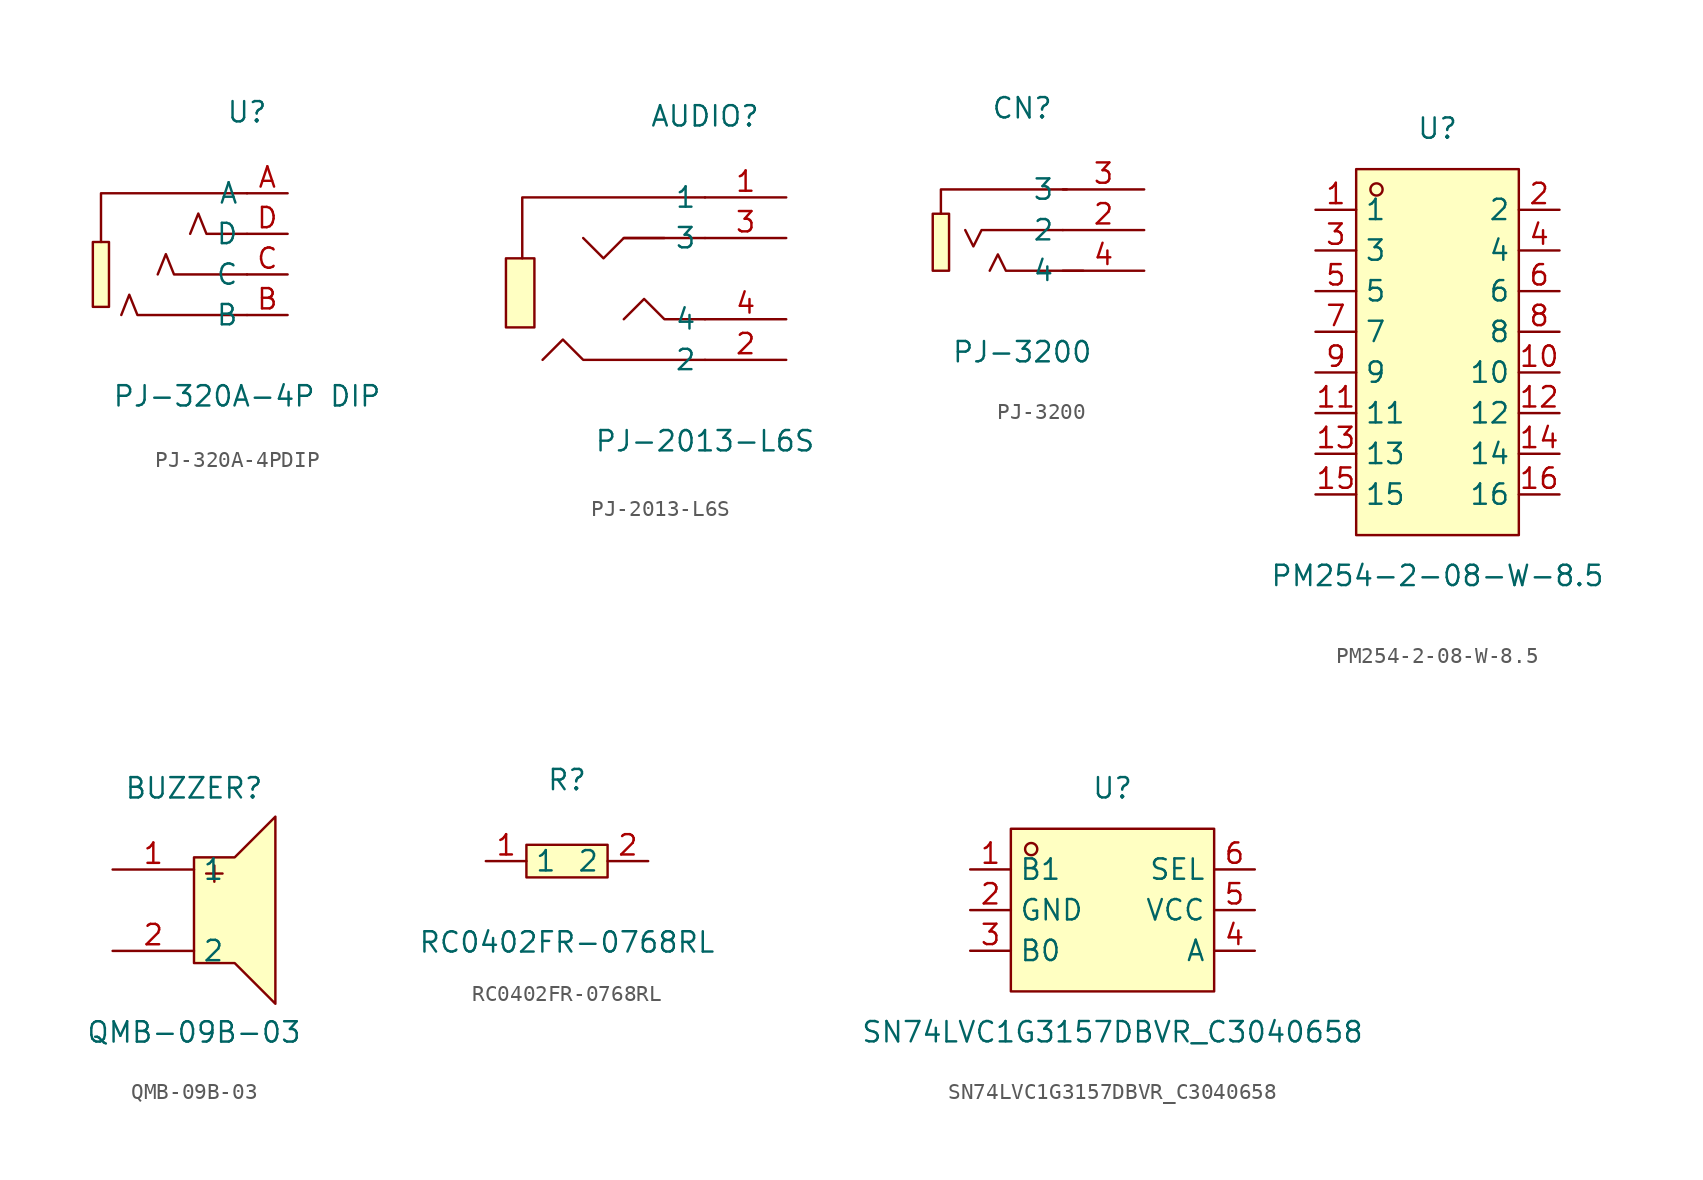
<source format=kicad_sym>
(kicad_symbol_lib
  (version 20211014)
  (generator https://github.com/uPesy/easyeda2kicad.py)
  (symbol "PJ-320A-4PDIP"
    (property "Reference" "U"
      (at 0 7.62 0)
      (effects (font (size 1.27 1.27))))
    (property "Value" "PJ-320A-4P DIP"
      (at 0 -10.16 0)
      (effects (font (size 1.27 1.27))))
    (symbol "PJ-320A-4PDIP_0_1"
      (rectangle (start -9.65 -0.51) (end -8.64 -4.57) (stroke (width 0) (type default) (color 0 0 0 0)) (fill (type background)))
      (polyline (pts (xy 0.00 -5.08) (xy -6.86 -5.08) (xy -7.37 -3.81) (xy -7.87 -5.08)) (stroke (width 0) (type default) (color 0 0 0 0)) (fill (type none)))
      (polyline (pts (xy 0.00 -0.00) (xy -2.54 -0.00) (xy -3.05 1.27) (xy -3.56 -0.00)) (stroke (width 0) (type default) (color 0 0 0 0)) (fill (type none)))
      (polyline (pts (xy 0.00 2.54) (xy -9.14 2.54) (xy -9.14 -0.51)) (stroke (width 0) (type default) (color 0 0 0 0)) (fill (type none)))
      (polyline (pts (xy 0.00 -2.54) (xy -4.57 -2.54) (xy -5.08 -1.27) (xy -5.59 -2.54)) (stroke (width 0) (type default) (color 0 0 0 0)) (fill (type none)))
      (pin unspecified line (at 2.54 -0.00 180) (length 2.54) (name "D" (effects (font (size 1.27 1.27)))) (number "D" (effects (font (size 1.27 1.27)))))
      (pin unspecified line (at 2.54 -5.08 180) (length 2.54) (name "B" (effects (font (size 1.27 1.27)))) (number "B" (effects (font (size 1.27 1.27)))))
      (pin unspecified line (at 2.54 -2.54 180) (length 2.54) (name "C" (effects (font (size 1.27 1.27)))) (number "C" (effects (font (size 1.27 1.27)))))
      (pin unspecified line (at 2.54 2.54 180) (length 2.54) (name "A" (effects (font (size 1.27 1.27)))) (number "A" (effects (font (size 1.27 1.27)))))))
  (symbol "PJ-2013-L6S"
    (property "Reference" "AUDIO"
      (at 0 7.62 0)
      (effects (font (size 1.27 1.27))))
    (property "Value" "PJ-2013-L6S"
      (at 0 -12.70 0)
      (effects (font (size 1.27 1.27))))
    (symbol "PJ-2013-L6S_0_1"
      (rectangle (start -12.45 -1.27) (end -10.67 -5.59) (stroke (width 0) (type default) (color 0 0 0 0)) (fill (type background)))
      (polyline (pts (xy -2.54 -0.00) (xy -5.08 -0.00) (xy -6.35 -1.27) (xy -7.62 -0.00)) (stroke (width 0) (type default) (color 0 0 0 0)) (fill (type none)))
      (polyline (pts (xy 0.00 -7.62) (xy -7.62 -7.62) (xy -8.89 -6.35) (xy -10.16 -7.62) (xy -10.16 -7.62)) (stroke (width 0) (type default) (color 0 0 0 0)) (fill (type none)))
      (polyline (pts (xy 0.00 -0.00) (xy -3.81 -0.00) (xy -5.08 -0.00) (xy -5.08 -0.00)) (stroke (width 0) (type default) (color 0 0 0 0)) (fill (type none)))
      (polyline (pts (xy 0.00 -5.08) (xy -2.54 -5.08) (xy -3.81 -3.81) (xy -5.08 -5.08)) (stroke (width 0) (type default) (color 0 0 0 0)) (fill (type none)))
      (polyline (pts (xy -11.43 -1.27) (xy -11.43 2.54) (xy 0.00 2.54)) (stroke (width 0) (type default) (color 0 0 0 0)) (fill (type none)))
      (pin unspecified line (at 5.08 -7.62 180) (length 5.08) (name "2" (effects (font (size 1.27 1.27)))) (number "2" (effects (font (size 1.27 1.27)))))
      (pin unspecified line (at 5.08 -5.08 180) (length 5.08) (name "4" (effects (font (size 1.27 1.27)))) (number "4" (effects (font (size 1.27 1.27)))))
      (pin unspecified line (at 5.08 -0.00 180) (length 5.08) (name "3" (effects (font (size 1.27 1.27)))) (number "3" (effects (font (size 1.27 1.27)))))
      (pin unspecified line (at 5.08 2.54 180) (length 5.08) (name "1" (effects (font (size 1.27 1.27)))) (number "1" (effects (font (size 1.27 1.27)))))))
  (symbol "PJ-3200"
    (property "Reference" "CN"
      (at 0 7.62 0)
      (effects (font (size 1.27 1.27))))
    (property "Value" "PJ-3200"
      (at 0 -7.62 0)
      (effects (font (size 1.27 1.27))))
    (symbol "PJ-3200_0_1"
      (rectangle (start -5.59 1.02) (end -4.57 -2.54) (stroke (width 0) (type default) (color 0 0 0 0)) (fill (type background)))
      (polyline (pts (xy 3.81 -2.54) (xy -1.02 -2.54) (xy -1.52 -1.52) (xy -2.03 -2.54)) (stroke (width 0) (type default) (color 0 0 0 0)) (fill (type none)))
      (polyline (pts (xy 2.54 -0.00) (xy -2.54 -0.00) (xy -3.05 -1.02) (xy -3.56 -0.00)) (stroke (width 0) (type default) (color 0 0 0 0)) (fill (type none)))
      (polyline (pts (xy 2.79 2.54) (xy -5.08 2.54) (xy -5.08 1.02)) (stroke (width 0) (type default) (color 0 0 0 0)) (fill (type none)))
      (pin unspecified line (at 7.62 -2.54 180) (length 5.08) (name "4" (effects (font (size 1.27 1.27)))) (number "4" (effects (font (size 1.27 1.27)))))
      (pin unspecified line (at 7.62 -0.00 180) (length 5.08) (name "2" (effects (font (size 1.27 1.27)))) (number "2" (effects (font (size 1.27 1.27)))))
      (pin unspecified line (at 7.62 2.54 180) (length 5.08) (name "3" (effects (font (size 1.27 1.27)))) (number "3" (effects (font (size 1.27 1.27)))))))
  (symbol "PM254-2-08-W-8.5"
    (property "Reference" "U"
      (at 0 13.97 0)
      (effects (font (size 1.27 1.27))))
    (property "Value" "PM254-2-08-W-8.5"
      (at 0 -13.97 0)
      (effects (font (size 1.27 1.27))))
    (symbol "PM254-2-08-W-8.5_0_1"
      (rectangle (start -5.08 11.43) (end 5.08 -11.43) (stroke (width 0) (type default) (color 0 0 0 0)) (fill (type background)))
      (circle (center -3.81 10.16) (radius 0.38) (stroke (width 0) (type default) (color 0 0 0 0)) (fill (type none)))
      (pin unspecified line (at -7.62 8.89 0) (length 2.54) (name "1" (effects (font (size 1.27 1.27)))) (number "1" (effects (font (size 1.27 1.27)))))
      (pin unspecified line (at 7.62 -8.89 180) (length 2.54) (name "16" (effects (font (size 1.27 1.27)))) (number "16" (effects (font (size 1.27 1.27)))))
      (pin unspecified line (at -7.62 6.35 0) (length 2.54) (name "3" (effects (font (size 1.27 1.27)))) (number "3" (effects (font (size 1.27 1.27)))))
      (pin unspecified line (at 7.62 -6.35 180) (length 2.54) (name "14" (effects (font (size 1.27 1.27)))) (number "14" (effects (font (size 1.27 1.27)))))
      (pin unspecified line (at -7.62 3.81 0) (length 2.54) (name "5" (effects (font (size 1.27 1.27)))) (number "5" (effects (font (size 1.27 1.27)))))
      (pin unspecified line (at 7.62 -3.81 180) (length 2.54) (name "12" (effects (font (size 1.27 1.27)))) (number "12" (effects (font (size 1.27 1.27)))))
      (pin unspecified line (at -7.62 1.27 0) (length 2.54) (name "7" (effects (font (size 1.27 1.27)))) (number "7" (effects (font (size 1.27 1.27)))))
      (pin unspecified line (at 7.62 -1.27 180) (length 2.54) (name "10" (effects (font (size 1.27 1.27)))) (number "10" (effects (font (size 1.27 1.27)))))
      (pin unspecified line (at -7.62 -1.27 0) (length 2.54) (name "9" (effects (font (size 1.27 1.27)))) (number "9" (effects (font (size 1.27 1.27)))))
      (pin unspecified line (at 7.62 1.27 180) (length 2.54) (name "8" (effects (font (size 1.27 1.27)))) (number "8" (effects (font (size 1.27 1.27)))))
      (pin unspecified line (at -7.62 -3.81 0) (length 2.54) (name "11" (effects (font (size 1.27 1.27)))) (number "11" (effects (font (size 1.27 1.27)))))
      (pin unspecified line (at 7.62 3.81 180) (length 2.54) (name "6" (effects (font (size 1.27 1.27)))) (number "6" (effects (font (size 1.27 1.27)))))
      (pin unspecified line (at -7.62 -6.35 0) (length 2.54) (name "13" (effects (font (size 1.27 1.27)))) (number "13" (effects (font (size 1.27 1.27)))))
      (pin unspecified line (at 7.62 6.35 180) (length 2.54) (name "4" (effects (font (size 1.27 1.27)))) (number "4" (effects (font (size 1.27 1.27)))))
      (pin unspecified line (at -7.62 -8.89 0) (length 2.54) (name "15" (effects (font (size 1.27 1.27)))) (number "15" (effects (font (size 1.27 1.27)))))
      (pin unspecified line (at 7.62 8.89 180) (length 2.54) (name "2" (effects (font (size 1.27 1.27)))) (number "2" (effects (font (size 1.27 1.27)))))))
  (symbol "QMB-09B-03"
    (property "Reference" "BUZZER"
      (at 0 7.62 0)
      (effects (font (size 1.27 1.27))))
    (property "Value" "QMB-09B-03"
      (at 0 -7.62 0)
      (effects (font (size 1.27 1.27))))
    (symbol "QMB-09B-03_0_1"
      (polyline (pts (xy 0.00 1.78) (xy 0.00 -3.30) (xy 2.54 -3.30) (xy 5.08 -5.84) (xy 5.08 5.84) (xy 2.54 3.30) (xy 0.00 3.30) (xy 0.00 1.78)) (stroke (width 0) (type default) (color 0 0 0 0)) (fill (type background)))
      (polyline (pts (xy 0.76 2.29) (xy 1.78 2.29)) (stroke (width 0) (type default) (color 0 0 0 0)) (fill (type none)))
      (polyline (pts (xy 1.27 2.79) (xy 1.27 1.78)) (stroke (width 0) (type default) (color 0 0 0 0)) (fill (type none)))
      (pin unspecified line (at -5.08 2.54 0) (length 5.08) (name "1" (effects (font (size 1.27 1.27)))) (number "1" (effects (font (size 1.27 1.27)))))
      (pin unspecified line (at -5.08 -2.54 0) (length 5.08) (name "2" (effects (font (size 1.27 1.27)))) (number "2" (effects (font (size 1.27 1.27)))))))
  (symbol "RC0402FR-0768RL"
    (property "Reference" "R"
      (at 0 5.08 0)
      (effects (font (size 1.27 1.27))))
    (property "Value" "RC0402FR-0768RL"
      (at 0 -5.08 0)
      (effects (font (size 1.27 1.27))))
    (symbol "RC0402FR-0768RL_0_1"
      (rectangle (start -2.54 1.02) (end 2.54 -1.02) (stroke (width 0) (type default) (color 0 0 0 0)) (fill (type background)))
      (pin unspecified line (at 5.08 -0.00 180) (length 2.54) (name "2" (effects (font (size 1.27 1.27)))) (number "2" (effects (font (size 1.27 1.27)))))
      (pin unspecified line (at -5.08 -0.00 0) (length 2.54) (name "1" (effects (font (size 1.27 1.27)))) (number "1" (effects (font (size 1.27 1.27)))))))
  (symbol "SN74LVC1G3157DBVR_C3040658"
    (property "Reference" "U"
      (at 0 7.62 0)
      (effects (font (size 1.27 1.27))))
    (property "Value" "SN74LVC1G3157DBVR_C3040658"
      (at 0 -7.62 0)
      (effects (font (size 1.27 1.27))))
    (symbol "SN74LVC1G3157DBVR_C3040658_0_1"
      (rectangle (start -6.35 5.08) (end 6.35 -5.08) (stroke (width 0) (type default) (color 0 0 0 0)) (fill (type background)))
      (circle (center -5.08 3.81) (radius 0.38) (stroke (width 0) (type default) (color 0 0 0 0)) (fill (type none)))
      (pin unspecified line (at -8.89 2.54 0) (length 2.54) (name "B1" (effects (font (size 1.27 1.27)))) (number "1" (effects (font (size 1.27 1.27)))))
      (pin unspecified line (at -8.89 -0.00 0) (length 2.54) (name "GND" (effects (font (size 1.27 1.27)))) (number "2" (effects (font (size 1.27 1.27)))))
      (pin unspecified line (at -8.89 -2.54 0) (length 2.54) (name "B0" (effects (font (size 1.27 1.27)))) (number "3" (effects (font (size 1.27 1.27)))))
      (pin unspecified line (at 8.89 -2.54 180) (length 2.54) (name "A" (effects (font (size 1.27 1.27)))) (number "4" (effects (font (size 1.27 1.27)))))
      (pin unspecified line (at 8.89 -0.00 180) (length 2.54) (name "VCC" (effects (font (size 1.27 1.27)))) (number "5" (effects (font (size 1.27 1.27)))))
      (pin unspecified line (at 8.89 2.54 180) (length 2.54) (name "SEL" (effects (font (size 1.27 1.27)))) (number "6" (effects (font (size 1.27 1.27))))))))
</source>
